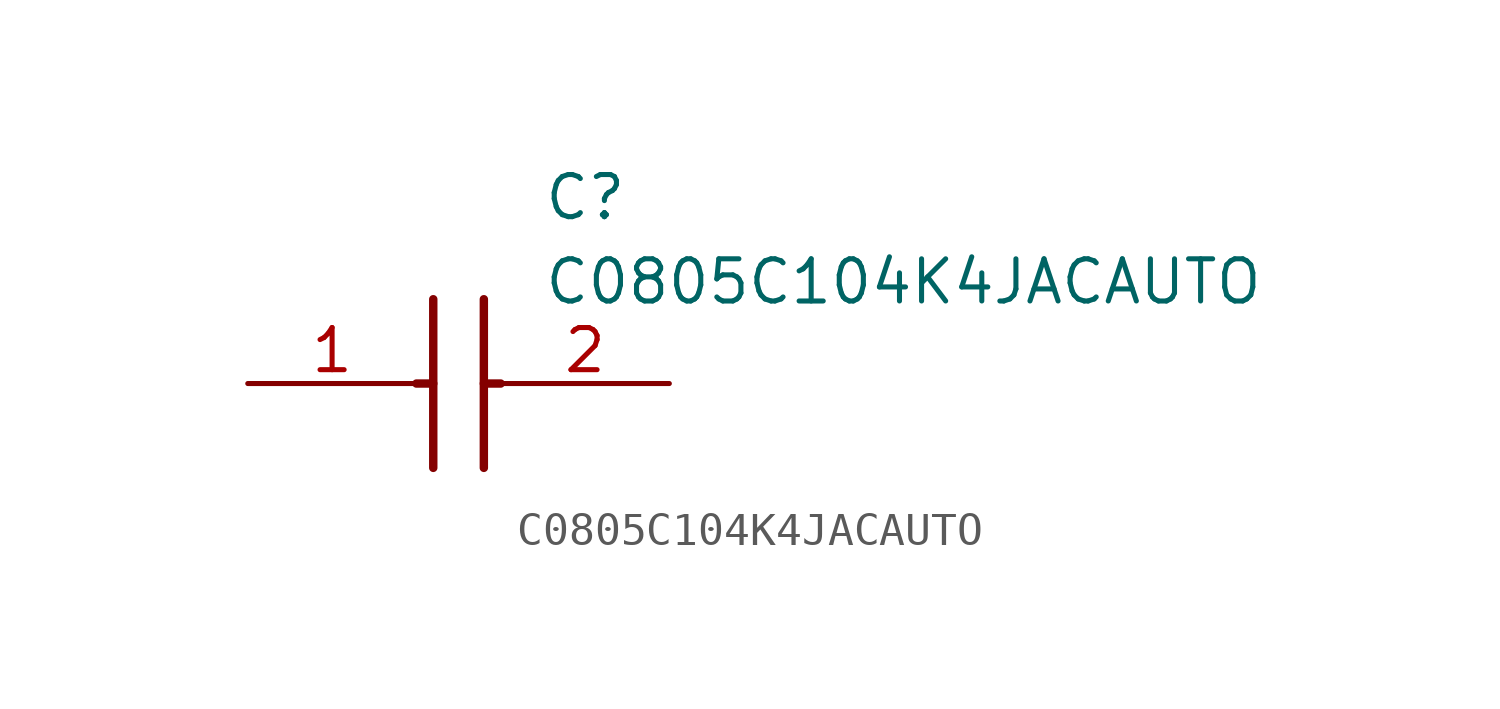
<source format=kicad_sym>
(kicad_symbol_lib
  (version 20241209)
  (generator "kicad_symbol_editor")
  (generator_version "9.0")
  (symbol "C0805C104K4JACAUTO"
    (pin_names
      (hide yes))
    (property "Reference" "C"
      (at 8.89 6.35 0)
      (effects (font (size 1.27 1.27)) (justify left top)))
    (property "Value" "C0805C104K4JACAUTO"
      (at 8.89 3.81 0)
      (effects (font (size 1.27 1.27)) (justify left top)))
    (symbol "C0805C104K4JACAUTO_1_1"
      (polyline (pts (xy 5.08 0) (xy 5.588 0)) (stroke (width 0.254) (type default)) (fill (type none)))
      (polyline (pts (xy 5.588 2.54) (xy 5.588 -2.54)) (stroke (width 0.254) (type default)) (fill (type none)))
      (polyline (pts (xy 7.112 2.54) (xy 7.112 -2.54)) (stroke (width 0.254) (type default)) (fill (type none)))
      (polyline (pts (xy 7.112 0) (xy 7.62 0)) (stroke (width 0.254) (type default)) (fill (type none)))
      (pin passive line (at 0 0 0) (length 5.08) (name "1" (effects (font (size 1.27 1.27)))) (number "1" (effects (font (size 1.27 1.27)))))
      (pin passive line (at 12.7 0 180) (length 5.08) (name "2" (effects (font (size 1.27 1.27)))) (number "2" (effects (font (size 1.27 1.27))))))))
</source>
